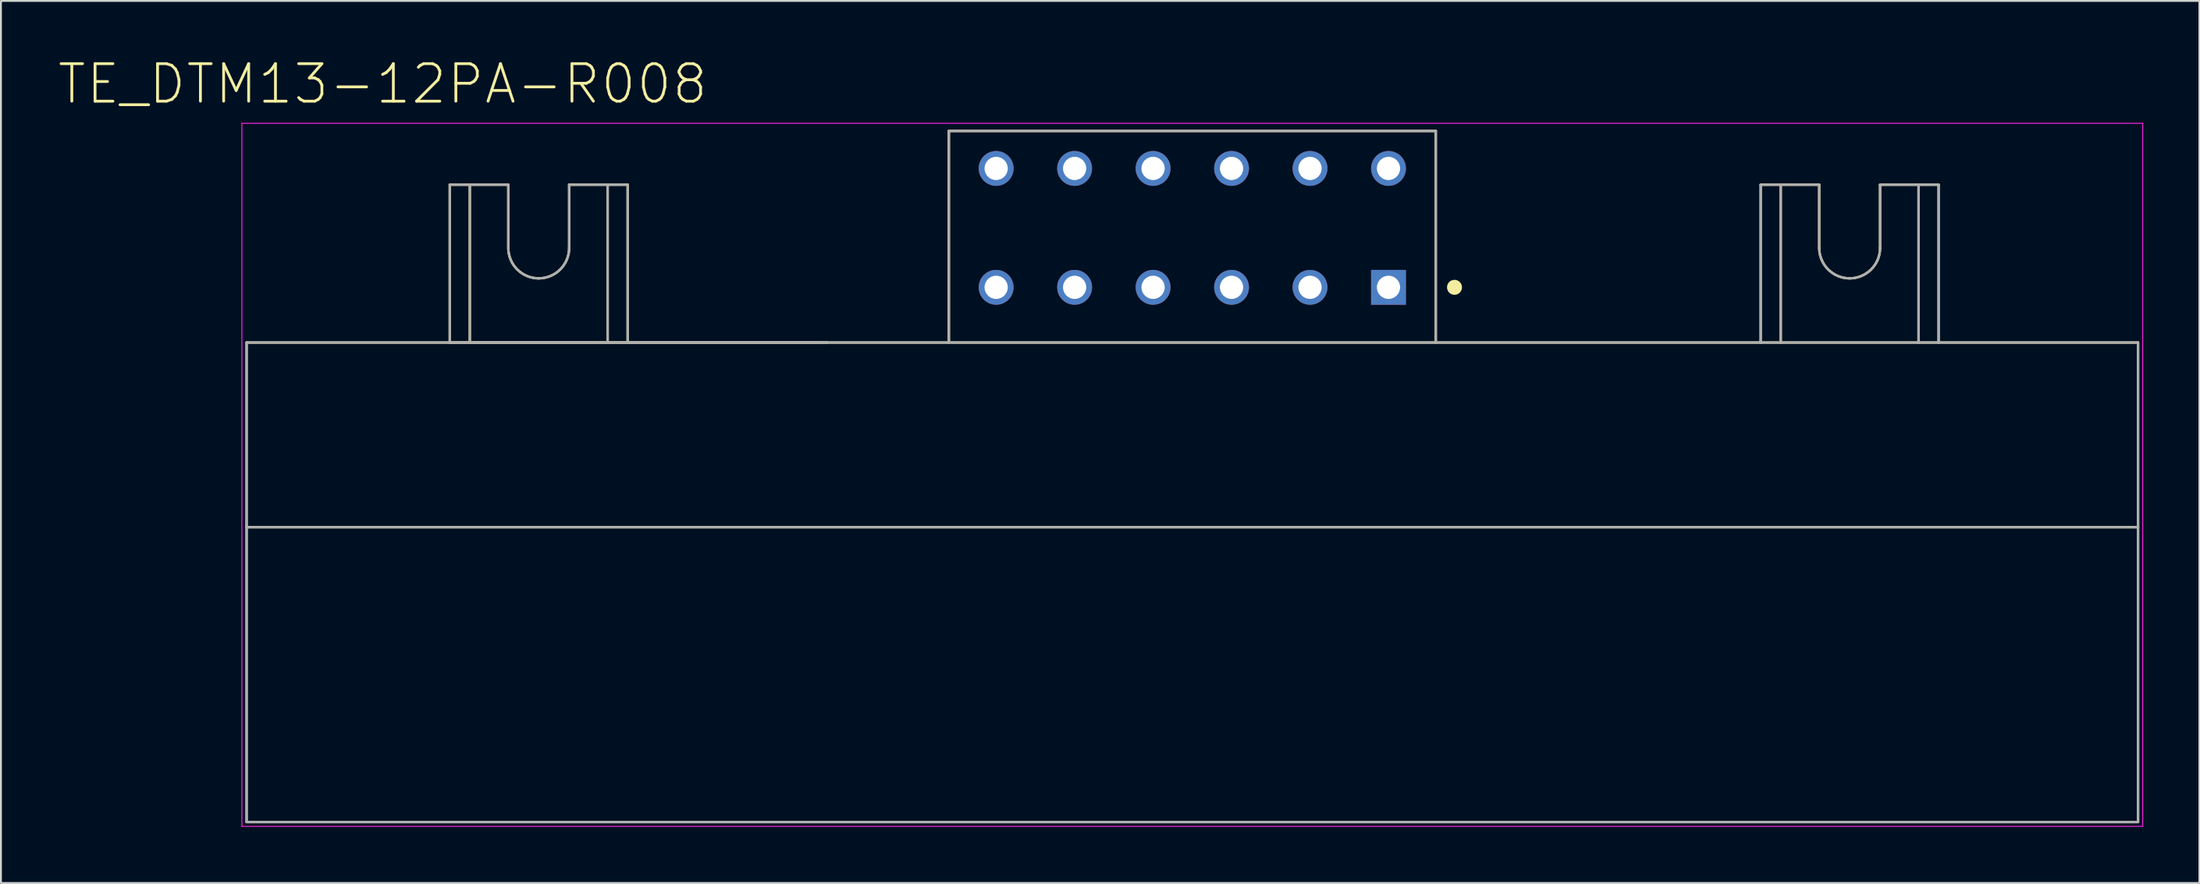
<source format=kicad_pcb>
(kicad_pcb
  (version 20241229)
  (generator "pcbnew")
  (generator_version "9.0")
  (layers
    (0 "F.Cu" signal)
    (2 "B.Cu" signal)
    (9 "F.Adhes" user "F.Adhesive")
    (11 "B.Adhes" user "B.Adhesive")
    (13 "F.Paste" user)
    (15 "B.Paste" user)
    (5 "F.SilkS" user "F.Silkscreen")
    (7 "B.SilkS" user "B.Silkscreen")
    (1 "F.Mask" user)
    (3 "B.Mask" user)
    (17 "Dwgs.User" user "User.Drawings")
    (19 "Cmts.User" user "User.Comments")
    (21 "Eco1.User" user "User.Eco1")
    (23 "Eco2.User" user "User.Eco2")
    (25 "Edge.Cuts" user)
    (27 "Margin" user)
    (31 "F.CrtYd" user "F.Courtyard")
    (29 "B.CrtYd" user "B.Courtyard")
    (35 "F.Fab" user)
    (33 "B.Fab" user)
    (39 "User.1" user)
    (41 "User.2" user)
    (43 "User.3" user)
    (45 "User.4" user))
  (footprint "TE_DTM13-12PA-R008"
    (layer "F.Cu")
    (at 60.617 10.336)
    (property "Reference" "TE_DTM13-12PA-R008" (at -43.236 -8.902 0) (layer "F.SilkS") (effects (font (size 2.003 2.003) (thickness 0.15))))
    (attr through_hole)
    (fp_line (start -50.5 4.91) (end -13 4.91) (stroke (width 0.127) (type solid)) (layer "F.SilkS"))
    (fp_line (start -50.5 14.77) (end -50.5 4.91) (stroke (width 0.127) (type solid)) (layer "F.SilkS"))
    (fp_line (start -50.5 14.77) (end -50.5 30.52) (stroke (width 0.127) (type solid)) (layer "F.SilkS"))
    (fp_line (start -50.5 30.52) (end 50.5 30.52) (stroke (width 0.127) (type solid)) (layer "F.SilkS"))
    (fp_line (start -39.65 -3.52) (end -38.58 -3.52) (stroke (width 0.127) (type solid)) (layer "F.SilkS"))
    (fp_line (start -39.65 4.91) (end -39.65 -3.52) (stroke (width 0.127) (type solid)) (layer "F.SilkS"))
    (fp_line (start -39.65 4.91) (end -38.58 4.91) (stroke (width 0.127) (type solid)) (layer "F.SilkS"))
    (fp_line (start -38.58 -3.52) (end -36.525 -3.52) (stroke (width 0.127) (type solid)) (layer "F.SilkS"))
    (fp_line (start -38.58 4.91) (end -38.58 -3.52) (stroke (width 0.127) (type solid)) (layer "F.SilkS"))
    (fp_line (start -38.58 4.91) (end -31.22 4.91) (stroke (width 0.127) (type solid)) (layer "F.SilkS"))
    (fp_line (start -36.525 -3.52) (end -36.525 -0.145) (stroke (width 0.127) (type solid)) (layer "F.SilkS"))
    (fp_line (start -33.275 -3.52) (end -31.22 -3.52) (stroke (width 0.127) (type solid)) (layer "F.SilkS"))
    (fp_line (start -33.275 -0.145) (end -33.275 -3.52) (stroke (width 0.127) (type solid)) (layer "F.SilkS"))
    (fp_line (start -31.22 -3.52) (end -30.15 -3.52) (stroke (width 0.127) (type solid)) (layer "F.SilkS"))
    (fp_line (start -31.22 4.91) (end -31.22 -3.52) (stroke (width 0.127) (type solid)) (layer "F.SilkS"))
    (fp_line (start -31.22 4.91) (end -30.15 4.91) (stroke (width 0.127) (type solid)) (layer "F.SilkS"))
    (fp_line (start -30.15 -3.52) (end -30.15 4.91) (stroke (width 0.127) (type solid)) (layer "F.SilkS"))
    (fp_line (start -30.15 4.91) (end -19.5 4.91) (stroke (width 0.127) (type solid)) (layer "F.SilkS"))
    (fp_line (start -13 -6.39) (end 13 -6.39) (stroke (width 0.127) (type solid)) (layer "F.SilkS"))
    (fp_line (start -13 4.91) (end -13 -6.39) (stroke (width 0.127) (type solid)) (layer "F.SilkS"))
    (fp_line (start -13 4.91) (end 13 4.91) (stroke (width 0.127) (type solid)) (layer "F.SilkS"))
    (fp_line (start 13 -6.39) (end 13 4.91) (stroke (width 0.127) (type solid)) (layer "F.SilkS"))
    (fp_line (start 13 4.91) (end 30.35 4.91) (stroke (width 0.127) (type solid)) (layer "F.SilkS"))
    (fp_line (start 30.35 -3.52) (end 31.42 -3.52) (stroke (width 0.127) (type solid)) (layer "F.SilkS"))
    (fp_line (start 30.35 4.91) (end 30.35 -3.52) (stroke (width 0.127) (type solid)) (layer "F.SilkS"))
    (fp_line (start 30.35 4.91) (end 31.42 4.91) (stroke (width 0.127) (type solid)) (layer "F.SilkS"))
    (fp_line (start 31.42 -3.52) (end 33.475 -3.52) (stroke (width 0.127) (type solid)) (layer "F.SilkS"))
    (fp_line (start 31.42 4.91) (end 31.42 -3.52) (stroke (width 0.127) (type solid)) (layer "F.SilkS"))
    (fp_line (start 31.42 4.91) (end 38.78 4.91) (stroke (width 0.127) (type solid)) (layer "F.SilkS"))
    (fp_line (start 33.475 -3.52) (end 33.475 -0.145) (stroke (width 0.127) (type solid)) (layer "F.SilkS"))
    (fp_line (start 36.725 -3.52) (end 38.78 -3.52) (stroke (width 0.127) (type solid)) (layer "F.SilkS"))
    (fp_line (start 36.725 -0.145) (end 36.725 -3.52) (stroke (width 0.127) (type solid)) (layer "F.SilkS"))
    (fp_line (start 38.78 -3.52) (end 39.85 -3.52) (stroke (width 0.127) (type solid)) (layer "F.SilkS"))
    (fp_line (start 38.78 4.91) (end 38.78 -3.52) (stroke (width 0.127) (type solid)) (layer "F.SilkS"))
    (fp_line (start 38.78 4.91) (end 39.85 4.91) (stroke (width 0.127) (type solid)) (layer "F.SilkS"))
    (fp_line (start 39.85 -3.52) (end 39.85 4.91) (stroke (width 0.127) (type solid)) (layer "F.SilkS"))
    (fp_line (start 39.85 4.91) (end 50.5 4.91) (stroke (width 0.127) (type solid)) (layer "F.SilkS"))
    (fp_line (start 50.5 4.91) (end 50.5 14.77) (stroke (width 0.127) (type solid)) (layer "F.SilkS"))
    (fp_line (start 50.5 14.77) (end -50.5 14.77) (stroke (width 0.127) (type solid)) (layer "F.SilkS"))
    (fp_line (start 50.5 30.52) (end 50.5 14.77) (stroke (width 0.127) (type solid)) (layer "F.SilkS"))
    (fp_arc (start -34.9 1.48) (mid -36.049049 1.004049) (end -36.525 -0.145) (stroke (width 0.127) (type solid)) (layer "F.SilkS"))
    (fp_arc (start -33.275 -0.145) (mid -33.750951 1.004049) (end -34.9 1.48) (stroke (width 0.127) (type solid)) (layer "F.SilkS"))
    (fp_arc (start 35.1 1.48) (mid 33.950951 1.004049) (end 33.475 -0.145) (stroke (width 0.127) (type solid)) (layer "F.SilkS"))
    (fp_arc (start 36.725 -0.145) (mid 36.249049 1.004049) (end 35.1 1.48) (stroke (width 0.127) (type solid)) (layer "F.SilkS"))
    (fp_circle (center 14 1.96) (end 14.2 1.96) (stroke (width 0.4) (type solid)) (fill no) (layer "F.SilkS"))
    (fp_line (start -50.75 -6.8) (end -50.75 30.75) (stroke (width 0.05) (type solid)) (layer "F.CrtYd"))
    (fp_line (start -50.75 30.75) (end 50.75 30.75) (stroke (width 0.05) (type solid)) (layer "F.CrtYd"))
    (fp_line (start 50.75 -6.8) (end -50.75 -6.8) (stroke (width 0.05) (type solid)) (layer "F.CrtYd"))
    (fp_line (start 50.75 30.75) (end 50.75 -6.8) (stroke (width 0.05) (type solid)) (layer "F.CrtYd"))
    (fp_line (start -50.5 4.91) (end -13 4.91) (stroke (width 0.127) (type solid)) (layer "F.Fab"))
    (fp_line (start -50.5 14.77) (end -50.5 4.91) (stroke (width 0.127) (type solid)) (layer "F.Fab"))
    (fp_line (start -50.5 14.77) (end -50.5 30.52) (stroke (width 0.127) (type solid)) (layer "F.Fab"))
    (fp_line (start -50.5 30.52) (end 50.5 30.52) (stroke (width 0.127) (type solid)) (layer "F.Fab"))
    (fp_line (start -39.65 -3.52) (end -38.58 -3.52) (stroke (width 0.127) (type solid)) (layer "F.Fab"))
    (fp_line (start -39.65 4.91) (end -39.65 -3.52) (stroke (width 0.127) (type solid)) (layer "F.Fab"))
    (fp_line (start -39.65 4.91) (end -38.58 4.91) (stroke (width 0.127) (type solid)) (layer "F.Fab"))
    (fp_line (start -38.58 -3.52) (end -36.525 -3.52) (stroke (width 0.127) (type solid)) (layer "F.Fab"))
    (fp_line (start -38.58 4.91) (end -38.58 -3.52) (stroke (width 0.127) (type solid)) (layer "F.Fab"))
    (fp_line (start -38.58 4.91) (end -31.22 4.91) (stroke (width 0.127) (type solid)) (layer "F.Fab"))
    (fp_line (start -36.525 -3.52) (end -36.525 -0.145) (stroke (width 0.127) (type solid)) (layer "F.Fab"))
    (fp_line (start -33.275 -3.52) (end -31.22 -3.52) (stroke (width 0.127) (type solid)) (layer "F.Fab"))
    (fp_line (start -33.275 -0.145) (end -33.275 -3.52) (stroke (width 0.127) (type solid)) (layer "F.Fab"))
    (fp_line (start -31.22 -3.52) (end -30.15 -3.52) (stroke (width 0.127) (type solid)) (layer "F.Fab"))
    (fp_line (start -31.22 4.91) (end -31.22 -3.52) (stroke (width 0.127) (type solid)) (layer "F.Fab"))
    (fp_line (start -31.22 4.91) (end -30.15 4.91) (stroke (width 0.127) (type solid)) (layer "F.Fab"))
    (fp_line (start -30.15 -3.52) (end -30.15 4.91) (stroke (width 0.127) (type solid)) (layer "F.Fab"))
    (fp_line (start -30.15 4.91) (end -19.5 4.91) (stroke (width 0.127) (type solid)) (layer "F.Fab"))
    (fp_line (start -13 -6.39) (end 13 -6.39) (stroke (width 0.127) (type solid)) (layer "F.Fab"))
    (fp_line (start -13 4.91) (end -13 -6.39) (stroke (width 0.127) (type solid)) (layer "F.Fab"))
    (fp_line (start -13 4.91) (end 13 4.91) (stroke (width 0.127) (type solid)) (layer "F.Fab"))
    (fp_line (start 13 -6.39) (end 13 4.91) (stroke (width 0.127) (type solid)) (layer "F.Fab"))
    (fp_line (start 13 4.91) (end 30.35 4.91) (stroke (width 0.127) (type solid)) (layer "F.Fab"))
    (fp_line (start 30.35 -3.52) (end 31.42 -3.52) (stroke (width 0.127) (type solid)) (layer "F.Fab"))
    (fp_line (start 30.35 4.91) (end 30.35 -3.52) (stroke (width 0.127) (type solid)) (layer "F.Fab"))
    (fp_line (start 30.35 4.91) (end 31.42 4.91) (stroke (width 0.127) (type solid)) (layer "F.Fab"))
    (fp_line (start 31.42 -3.52) (end 33.475 -3.52) (stroke (width 0.127) (type solid)) (layer "F.Fab"))
    (fp_line (start 31.42 4.91) (end 31.42 -3.52) (stroke (width 0.127) (type solid)) (layer "F.Fab"))
    (fp_line (start 31.42 4.91) (end 38.78 4.91) (stroke (width 0.127) (type solid)) (layer "F.Fab"))
    (fp_line (start 33.475 -3.52) (end 33.475 -0.145) (stroke (width 0.127) (type solid)) (layer "F.Fab"))
    (fp_line (start 36.725 -3.52) (end 38.78 -3.52) (stroke (width 0.127) (type solid)) (layer "F.Fab"))
    (fp_line (start 36.725 -0.145) (end 36.725 -3.52) (stroke (width 0.127) (type solid)) (layer "F.Fab"))
    (fp_line (start 38.78 -3.52) (end 39.85 -3.52) (stroke (width 0.127) (type solid)) (layer "F.Fab"))
    (fp_line (start 38.78 4.91) (end 38.78 -3.52) (stroke (width 0.127) (type solid)) (layer "F.Fab"))
    (fp_line (start 38.78 4.91) (end 39.85 4.91) (stroke (width 0.127) (type solid)) (layer "F.Fab"))
    (fp_line (start 39.85 -3.52) (end 39.85 4.91) (stroke (width 0.127) (type solid)) (layer "F.Fab"))
    (fp_line (start 39.85 4.91) (end 50.5 4.91) (stroke (width 0.127) (type solid)) (layer "F.Fab"))
    (fp_line (start 50.5 4.91) (end 50.5 14.77) (stroke (width 0.127) (type solid)) (layer "F.Fab"))
    (fp_line (start 50.5 14.77) (end -50.5 14.77) (stroke (width 0.127) (type solid)) (layer "F.Fab"))
    (fp_line (start 50.5 30.52) (end 50.5 14.77) (stroke (width 0.127) (type solid)) (layer "F.Fab"))
    (fp_arc (start -34.9 1.48) (mid -36.049049 1.004049) (end -36.525 -0.145) (stroke (width 0.127) (type solid)) (layer "F.Fab"))
    (fp_arc (start -33.275 -0.145) (mid -33.750951 1.004049) (end -34.9 1.48) (stroke (width 0.127) (type solid)) (layer "F.Fab"))
    (fp_arc (start 35.1 1.48) (mid 33.950951 1.004049) (end 33.475 -0.145) (stroke (width 0.127) (type solid)) (layer "F.Fab"))
    (fp_arc (start 36.725 -0.145) (mid 36.249049 1.004049) (end 35.1 1.48) (stroke (width 0.127) (type solid)) (layer "F.Fab"))
    (fp_circle (center 10.475 1.96) (end 10.675 1.96) (stroke (width 0.4) (type solid)) (fill no) (layer "F.Fab"))
    (pad "1" thru_hole rect (at 10.475 1.96) (size 1.86 1.86) (drill 1.24) (layers "*.Cu" "*.Mask"))
    (pad "2" thru_hole circle (at 6.285 1.96) (size 1.86 1.86) (drill 1.24) (layers "*.Cu" "*.Mask"))
    (pad "3" thru_hole circle (at 2.095 1.96) (size 1.86 1.86) (drill 1.24) (layers "*.Cu" "*.Mask"))
    (pad "4" thru_hole circle (at -2.095 1.96) (size 1.86 1.86) (drill 1.24) (layers "*.Cu" "*.Mask"))
    (pad "5" thru_hole circle (at -6.285 1.96) (size 1.86 1.86) (drill 1.24) (layers "*.Cu" "*.Mask"))
    (pad "6" thru_hole circle (at -10.475 1.96) (size 1.86 1.86) (drill 1.24) (layers "*.Cu" "*.Mask"))
    (pad "7" thru_hole circle (at -10.475 -4.39) (size 1.86 1.86) (drill 1.24) (layers "*.Cu" "*.Mask"))
    (pad "8" thru_hole circle (at -6.285 -4.39) (size 1.86 1.86) (drill 1.24) (layers "*.Cu" "*.Mask"))
    (pad "9" thru_hole circle (at -2.095 -4.39) (size 1.86 1.86) (drill 1.24) (layers "*.Cu" "*.Mask"))
    (pad "10" thru_hole circle (at 2.095 -4.39) (size 1.86 1.86) (drill 1.24) (layers "*.Cu" "*.Mask"))
    (pad "11" thru_hole circle (at 6.285 -4.39) (size 1.86 1.86) (drill 1.24) (layers "*.Cu" "*.Mask"))
    (pad "12" thru_hole circle (at 10.475 -4.39) (size 1.86 1.86) (drill 1.24) (layers "*.Cu" "*.Mask")))
  (gr_rect
    (start -3 -3)
    (end 114.392 44.111)
    (stroke (width 0.1) (type default))
    (fill no)
    (layer "Edge.Cuts")))
</source>
